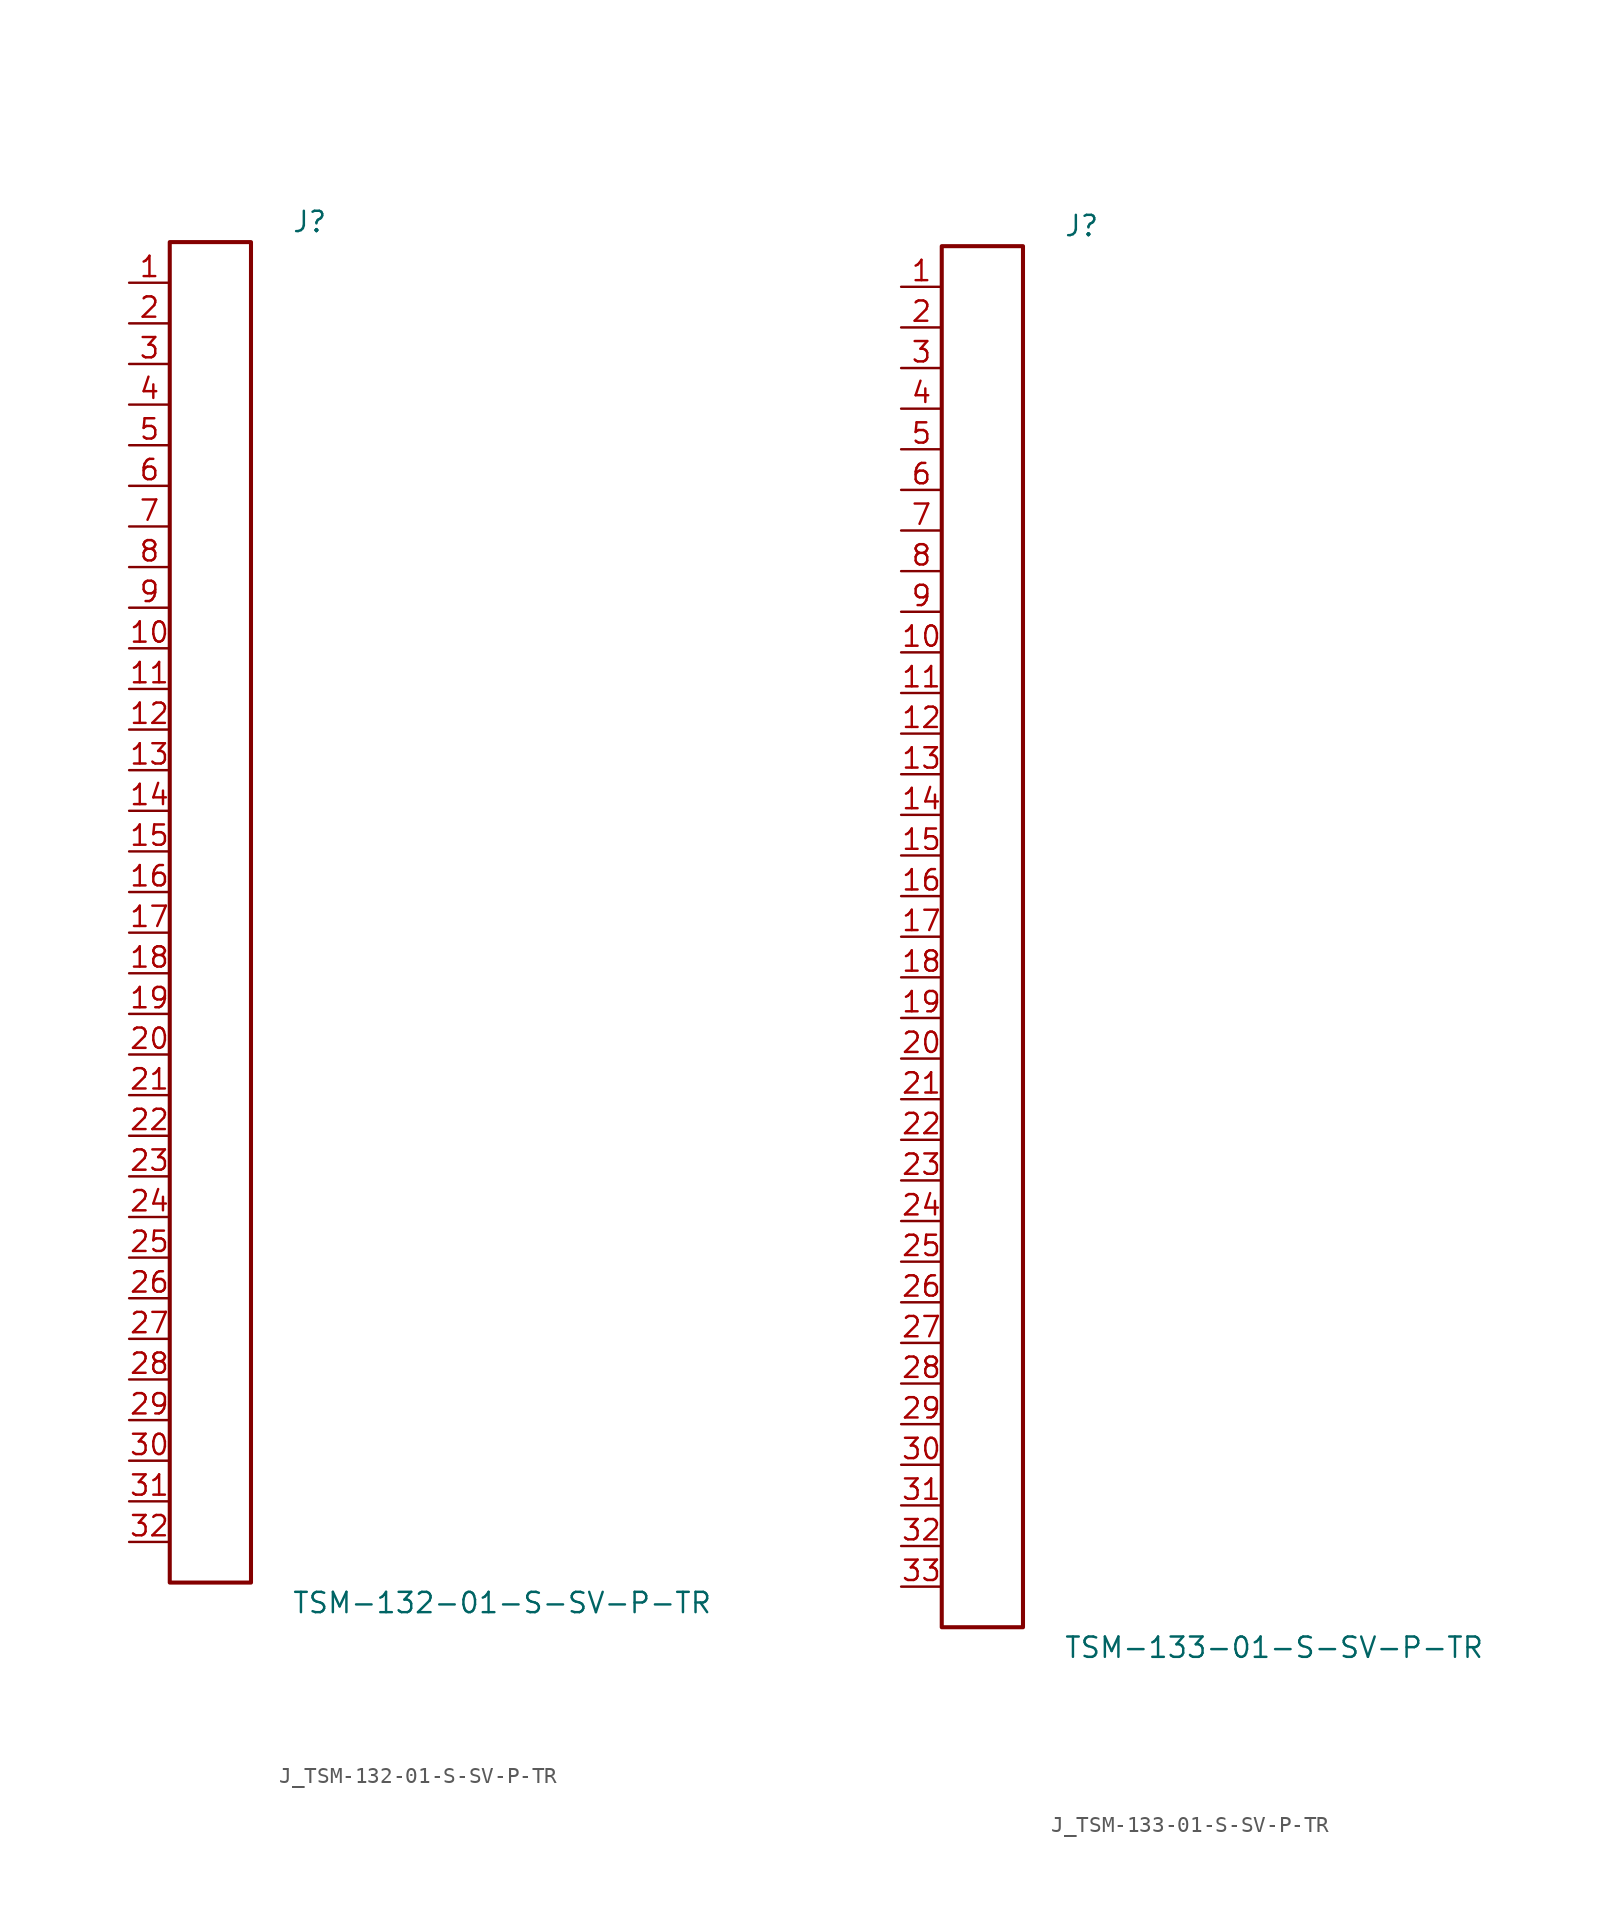
<source format=kicad_sym>
(kicad_symbol_lib
  (version 20231120)
  (generator kicad_symbol_editor)
  (generator_version 8.0)
  (symbol "J_TSM-132-01-S-SV-P-TR"
    (pin_names
      (offset 0.254))
    (property "Reference" "J"
      (at 5.08 43.18 0)
      (effects (font (size 1.27 1.27)) (justify left)))
    (property "Value" "TSM-132-01-S-SV-P-TR"
      (at 5.08 -43.18 0)
      (effects (font (size 1.27 1.27)) (justify left)))
    (symbol "J_TSM-132-01-S-SV-P-TR_0_0"
      (pin unspecified line (at -5.08 39.37 0) (length 2.54) (name "" (effects (font (size 1.27 1.27)))) (number "1" (effects (font (size 1.27 1.27)))))
      (pin unspecified line (at -5.08 36.83 0) (length 2.54) (name "" (effects (font (size 1.27 1.27)))) (number "2" (effects (font (size 1.27 1.27)))))
      (pin unspecified line (at -5.08 34.29 0) (length 2.54) (name "" (effects (font (size 1.27 1.27)))) (number "3" (effects (font (size 1.27 1.27)))))
      (pin unspecified line (at -5.08 31.75 0) (length 2.54) (name "" (effects (font (size 1.27 1.27)))) (number "4" (effects (font (size 1.27 1.27)))))
      (pin unspecified line (at -5.08 29.21 0) (length 2.54) (name "" (effects (font (size 1.27 1.27)))) (number "5" (effects (font (size 1.27 1.27)))))
      (pin unspecified line (at -5.08 26.67 0) (length 2.54) (name "" (effects (font (size 1.27 1.27)))) (number "6" (effects (font (size 1.27 1.27)))))
      (pin unspecified line (at -5.08 24.13 0) (length 2.54) (name "" (effects (font (size 1.27 1.27)))) (number "7" (effects (font (size 1.27 1.27)))))
      (pin unspecified line (at -5.08 21.59 0) (length 2.54) (name "" (effects (font (size 1.27 1.27)))) (number "8" (effects (font (size 1.27 1.27)))))
      (pin unspecified line (at -5.08 19.05 0) (length 2.54) (name "" (effects (font (size 1.27 1.27)))) (number "9" (effects (font (size 1.27 1.27)))))
      (pin unspecified line (at -5.08 16.51 0) (length 2.54) (name "" (effects (font (size 1.27 1.27)))) (number "10" (effects (font (size 1.27 1.27)))))
      (pin unspecified line (at -5.08 13.97 0) (length 2.54) (name "" (effects (font (size 1.27 1.27)))) (number "11" (effects (font (size 1.27 1.27)))))
      (pin unspecified line (at -5.08 11.43 0) (length 2.54) (name "" (effects (font (size 1.27 1.27)))) (number "12" (effects (font (size 1.27 1.27)))))
      (pin unspecified line (at -5.08 8.89 0) (length 2.54) (name "" (effects (font (size 1.27 1.27)))) (number "13" (effects (font (size 1.27 1.27)))))
      (pin unspecified line (at -5.08 6.35 0) (length 2.54) (name "" (effects (font (size 1.27 1.27)))) (number "14" (effects (font (size 1.27 1.27)))))
      (pin unspecified line (at -5.08 3.81 0) (length 2.54) (name "" (effects (font (size 1.27 1.27)))) (number "15" (effects (font (size 1.27 1.27)))))
      (pin unspecified line (at -5.08 1.27 0) (length 2.54) (name "" (effects (font (size 1.27 1.27)))) (number "16" (effects (font (size 1.27 1.27)))))
      (pin unspecified line (at -5.08 -1.27 0) (length 2.54) (name "" (effects (font (size 1.27 1.27)))) (number "17" (effects (font (size 1.27 1.27)))))
      (pin unspecified line (at -5.08 -3.81 0) (length 2.54) (name "" (effects (font (size 1.27 1.27)))) (number "18" (effects (font (size 1.27 1.27)))))
      (pin unspecified line (at -5.08 -6.35 0) (length 2.54) (name "" (effects (font (size 1.27 1.27)))) (number "19" (effects (font (size 1.27 1.27)))))
      (pin unspecified line (at -5.08 -8.89 0) (length 2.54) (name "" (effects (font (size 1.27 1.27)))) (number "20" (effects (font (size 1.27 1.27)))))
      (pin unspecified line (at -5.08 -11.43 0) (length 2.54) (name "" (effects (font (size 1.27 1.27)))) (number "21" (effects (font (size 1.27 1.27)))))
      (pin unspecified line (at -5.08 -13.97 0) (length 2.54) (name "" (effects (font (size 1.27 1.27)))) (number "22" (effects (font (size 1.27 1.27)))))
      (pin unspecified line (at -5.08 -16.51 0) (length 2.54) (name "" (effects (font (size 1.27 1.27)))) (number "23" (effects (font (size 1.27 1.27)))))
      (pin unspecified line (at -5.08 -19.05 0) (length 2.54) (name "" (effects (font (size 1.27 1.27)))) (number "24" (effects (font (size 1.27 1.27)))))
      (pin unspecified line (at -5.08 -21.59 0) (length 2.54) (name "" (effects (font (size 1.27 1.27)))) (number "25" (effects (font (size 1.27 1.27)))))
      (pin unspecified line (at -5.08 -24.13 0) (length 2.54) (name "" (effects (font (size 1.27 1.27)))) (number "26" (effects (font (size 1.27 1.27)))))
      (pin unspecified line (at -5.08 -26.67 0) (length 2.54) (name "" (effects (font (size 1.27 1.27)))) (number "27" (effects (font (size 1.27 1.27)))))
      (pin unspecified line (at -5.08 -29.21 0) (length 2.54) (name "" (effects (font (size 1.27 1.27)))) (number "28" (effects (font (size 1.27 1.27)))))
      (pin unspecified line (at -5.08 -31.75 0) (length 2.54) (name "" (effects (font (size 1.27 1.27)))) (number "29" (effects (font (size 1.27 1.27)))))
      (pin unspecified line (at -5.08 -34.29 0) (length 2.54) (name "" (effects (font (size 1.27 1.27)))) (number "30" (effects (font (size 1.27 1.27)))))
      (pin unspecified line (at -5.08 -36.83 0) (length 2.54) (name "" (effects (font (size 1.27 1.27)))) (number "31" (effects (font (size 1.27 1.27)))))
      (pin unspecified line (at -5.08 -39.37 0) (length 2.54) (name "" (effects (font (size 1.27 1.27)))) (number "32" (effects (font (size 1.27 1.27))))))
    (symbol "J_TSM-132-01-S-SV-P-TR_1_0"
      (rectangle (start -2.54 41.91) (end 2.54 -41.91) (stroke (width 0.254) (type solid)) (fill (type none)))))
  (symbol "J_TSM-133-01-S-SV-P-TR"
    (pin_names
      (offset 0.254))
    (property "Reference" "J"
      (at 5.08 44.45 0)
      (effects (font (size 1.27 1.27)) (justify left)))
    (property "Value" "TSM-133-01-S-SV-P-TR"
      (at 5.08 -44.45 0)
      (effects (font (size 1.27 1.27)) (justify left)))
    (symbol "J_TSM-133-01-S-SV-P-TR_0_0"
      (pin unspecified line (at -5.08 40.64 0) (length 2.54) (name "" (effects (font (size 1.27 1.27)))) (number "1" (effects (font (size 1.27 1.27)))))
      (pin unspecified line (at -5.08 38.1 0) (length 2.54) (name "" (effects (font (size 1.27 1.27)))) (number "2" (effects (font (size 1.27 1.27)))))
      (pin unspecified line (at -5.08 35.56 0) (length 2.54) (name "" (effects (font (size 1.27 1.27)))) (number "3" (effects (font (size 1.27 1.27)))))
      (pin unspecified line (at -5.08 33.02 0) (length 2.54) (name "" (effects (font (size 1.27 1.27)))) (number "4" (effects (font (size 1.27 1.27)))))
      (pin unspecified line (at -5.08 30.48 0) (length 2.54) (name "" (effects (font (size 1.27 1.27)))) (number "5" (effects (font (size 1.27 1.27)))))
      (pin unspecified line (at -5.08 27.94 0) (length 2.54) (name "" (effects (font (size 1.27 1.27)))) (number "6" (effects (font (size 1.27 1.27)))))
      (pin unspecified line (at -5.08 25.4 0) (length 2.54) (name "" (effects (font (size 1.27 1.27)))) (number "7" (effects (font (size 1.27 1.27)))))
      (pin unspecified line (at -5.08 22.86 0) (length 2.54) (name "" (effects (font (size 1.27 1.27)))) (number "8" (effects (font (size 1.27 1.27)))))
      (pin unspecified line (at -5.08 20.32 0) (length 2.54) (name "" (effects (font (size 1.27 1.27)))) (number "9" (effects (font (size 1.27 1.27)))))
      (pin unspecified line (at -5.08 17.78 0) (length 2.54) (name "" (effects (font (size 1.27 1.27)))) (number "10" (effects (font (size 1.27 1.27)))))
      (pin unspecified line (at -5.08 15.24 0) (length 2.54) (name "" (effects (font (size 1.27 1.27)))) (number "11" (effects (font (size 1.27 1.27)))))
      (pin unspecified line (at -5.08 12.7 0) (length 2.54) (name "" (effects (font (size 1.27 1.27)))) (number "12" (effects (font (size 1.27 1.27)))))
      (pin unspecified line (at -5.08 10.16 0) (length 2.54) (name "" (effects (font (size 1.27 1.27)))) (number "13" (effects (font (size 1.27 1.27)))))
      (pin unspecified line (at -5.08 7.62 0) (length 2.54) (name "" (effects (font (size 1.27 1.27)))) (number "14" (effects (font (size 1.27 1.27)))))
      (pin unspecified line (at -5.08 5.08 0) (length 2.54) (name "" (effects (font (size 1.27 1.27)))) (number "15" (effects (font (size 1.27 1.27)))))
      (pin unspecified line (at -5.08 2.54 0) (length 2.54) (name "" (effects (font (size 1.27 1.27)))) (number "16" (effects (font (size 1.27 1.27)))))
      (pin unspecified line (at -5.08 0.0 0) (length 2.54) (name "" (effects (font (size 1.27 1.27)))) (number "17" (effects (font (size 1.27 1.27)))))
      (pin unspecified line (at -5.08 -2.54 0) (length 2.54) (name "" (effects (font (size 1.27 1.27)))) (number "18" (effects (font (size 1.27 1.27)))))
      (pin unspecified line (at -5.08 -5.08 0) (length 2.54) (name "" (effects (font (size 1.27 1.27)))) (number "19" (effects (font (size 1.27 1.27)))))
      (pin unspecified line (at -5.08 -7.62 0) (length 2.54) (name "" (effects (font (size 1.27 1.27)))) (number "20" (effects (font (size 1.27 1.27)))))
      (pin unspecified line (at -5.08 -10.16 0) (length 2.54) (name "" (effects (font (size 1.27 1.27)))) (number "21" (effects (font (size 1.27 1.27)))))
      (pin unspecified line (at -5.08 -12.7 0) (length 2.54) (name "" (effects (font (size 1.27 1.27)))) (number "22" (effects (font (size 1.27 1.27)))))
      (pin unspecified line (at -5.08 -15.24 0) (length 2.54) (name "" (effects (font (size 1.27 1.27)))) (number "23" (effects (font (size 1.27 1.27)))))
      (pin unspecified line (at -5.08 -17.78 0) (length 2.54) (name "" (effects (font (size 1.27 1.27)))) (number "24" (effects (font (size 1.27 1.27)))))
      (pin unspecified line (at -5.08 -20.32 0) (length 2.54) (name "" (effects (font (size 1.27 1.27)))) (number "25" (effects (font (size 1.27 1.27)))))
      (pin unspecified line (at -5.08 -22.86 0) (length 2.54) (name "" (effects (font (size 1.27 1.27)))) (number "26" (effects (font (size 1.27 1.27)))))
      (pin unspecified line (at -5.08 -25.4 0) (length 2.54) (name "" (effects (font (size 1.27 1.27)))) (number "27" (effects (font (size 1.27 1.27)))))
      (pin unspecified line (at -5.08 -27.94 0) (length 2.54) (name "" (effects (font (size 1.27 1.27)))) (number "28" (effects (font (size 1.27 1.27)))))
      (pin unspecified line (at -5.08 -30.48 0) (length 2.54) (name "" (effects (font (size 1.27 1.27)))) (number "29" (effects (font (size 1.27 1.27)))))
      (pin unspecified line (at -5.08 -33.02 0) (length 2.54) (name "" (effects (font (size 1.27 1.27)))) (number "30" (effects (font (size 1.27 1.27)))))
      (pin unspecified line (at -5.08 -35.56 0) (length 2.54) (name "" (effects (font (size 1.27 1.27)))) (number "31" (effects (font (size 1.27 1.27)))))
      (pin unspecified line (at -5.08 -38.1 0) (length 2.54) (name "" (effects (font (size 1.27 1.27)))) (number "32" (effects (font (size 1.27 1.27)))))
      (pin unspecified line (at -5.08 -40.64 0) (length 2.54) (name "" (effects (font (size 1.27 1.27)))) (number "33" (effects (font (size 1.27 1.27))))))
    (symbol "J_TSM-133-01-S-SV-P-TR_1_0"
      (rectangle (start -2.54 43.18) (end 2.54 -43.18) (stroke (width 0.254) (type solid)) (fill (type none))))))
</source>
